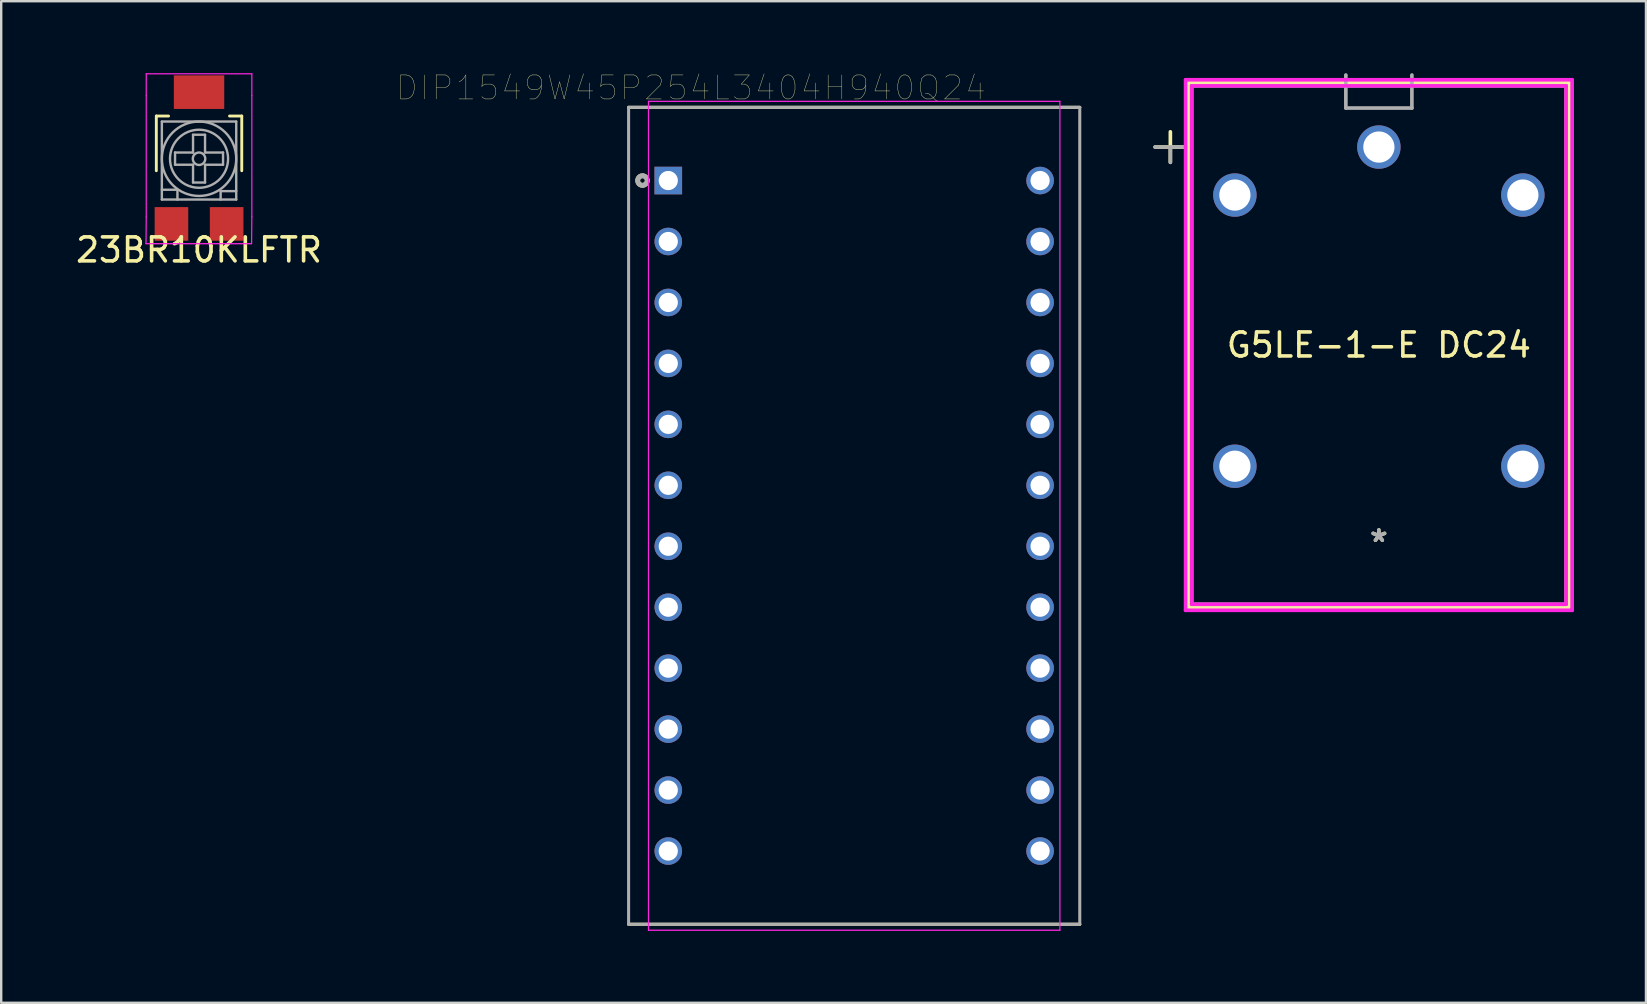
<source format=kicad_pcb>
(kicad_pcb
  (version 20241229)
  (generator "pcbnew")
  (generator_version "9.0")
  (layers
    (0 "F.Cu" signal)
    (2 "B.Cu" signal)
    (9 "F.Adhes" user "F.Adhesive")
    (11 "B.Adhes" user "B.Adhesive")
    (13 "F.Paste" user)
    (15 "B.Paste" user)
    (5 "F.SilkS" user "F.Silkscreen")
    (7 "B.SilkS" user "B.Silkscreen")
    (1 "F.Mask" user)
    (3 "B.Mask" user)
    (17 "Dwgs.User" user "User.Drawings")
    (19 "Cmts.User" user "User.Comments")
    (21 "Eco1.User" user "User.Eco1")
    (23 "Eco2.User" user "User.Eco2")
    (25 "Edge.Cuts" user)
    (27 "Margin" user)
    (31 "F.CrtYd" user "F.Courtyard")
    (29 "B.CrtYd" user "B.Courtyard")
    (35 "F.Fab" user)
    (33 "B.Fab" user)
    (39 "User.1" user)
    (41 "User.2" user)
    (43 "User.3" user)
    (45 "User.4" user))
  (footprint "DIP1549W45P254L3404H940Q24"
    (layer "F.Cu")
    (at 32.544 18.443)
    (property "Reference" "DIP1549W45P254L3404H940Q24" (at -6.8 -17.832 0) (layer "F.SilkS") (effects (font (size 1 1) (thickness 0.015))))
    (attr through_hole)
    (fp_line (start -9.4 -17.02) (end 9.4 -17.02) (stroke (width 0.127) (type solid)) (layer "F.SilkS"))
    (fp_line (start -9.4 17.02) (end 9.4 17.02) (stroke (width 0.127) (type solid)) (layer "F.SilkS"))
    (fp_circle (center -8.822 -13.97) (end -8.723 -13.97) (stroke (width 0.2) (type solid)) (fill no) (layer "F.SilkS"))
    (fp_line (start -8.572 -17.27) (end -8.572 17.27) (stroke (width 0.05) (type solid)) (layer "F.CrtYd"))
    (fp_line (start 8.572 -17.27) (end -8.572 -17.27) (stroke (width 0.05) (type solid)) (layer "F.CrtYd"))
    (fp_line (start 8.572 -17.27) (end 8.572 17.27) (stroke (width 0.05) (type solid)) (layer "F.CrtYd"))
    (fp_line (start 8.572 17.27) (end -8.572 17.27) (stroke (width 0.05) (type solid)) (layer "F.CrtYd"))
    (fp_line (start -9.4 -17.02) (end -9.4 17.02) (stroke (width 0.127) (type solid)) (layer "F.Fab"))
    (fp_line (start -9.4 -17.02) (end 9.4 -17.02) (stroke (width 0.127) (type solid)) (layer "F.Fab"))
    (fp_line (start -9.4 17.02) (end 9.4 17.02) (stroke (width 0.127) (type solid)) (layer "F.Fab"))
    (fp_line (start 9.4 -17.02) (end 9.4 17.02) (stroke (width 0.127) (type solid)) (layer "F.Fab"))
    (fp_circle (center -8.822 -13.97) (end -8.723 -13.97) (stroke (width 0.2) (type solid)) (fill no) (layer "F.Fab"))
    (pad "1" thru_hole rect (at -7.747 -13.97) (size 1.15 1.15) (drill 0.8) (layers "*.Cu" "*.Mask"))
    (pad "2" thru_hole circle (at -7.747 -11.43) (size 1.15 1.15) (drill 0.8) (layers "*.Cu" "*.Mask"))
    (pad "3" thru_hole circle (at -7.747 -8.89) (size 1.15 1.15) (drill 0.8) (layers "*.Cu" "*.Mask"))
    (pad "4" thru_hole circle (at -7.747 -6.35) (size 1.15 1.15) (drill 0.8) (layers "*.Cu" "*.Mask"))
    (pad "5" thru_hole circle (at -7.747 -3.81) (size 1.15 1.15) (drill 0.8) (layers "*.Cu" "*.Mask"))
    (pad "6" thru_hole circle (at -7.747 -1.27) (size 1.15 1.15) (drill 0.8) (layers "*.Cu" "*.Mask"))
    (pad "7" thru_hole circle (at -7.747 1.27) (size 1.15 1.15) (drill 0.8) (layers "*.Cu" "*.Mask"))
    (pad "8" thru_hole circle (at -7.747 3.81) (size 1.15 1.15) (drill 0.8) (layers "*.Cu" "*.Mask"))
    (pad "9" thru_hole circle (at -7.747 6.35) (size 1.15 1.15) (drill 0.8) (layers "*.Cu" "*.Mask"))
    (pad "10" thru_hole circle (at -7.747 8.89) (size 1.15 1.15) (drill 0.8) (layers "*.Cu" "*.Mask"))
    (pad "11" thru_hole circle (at -7.747 11.43) (size 1.15 1.15) (drill 0.8) (layers "*.Cu" "*.Mask"))
    (pad "12" thru_hole circle (at -7.747 13.97) (size 1.15 1.15) (drill 0.8) (layers "*.Cu" "*.Mask"))
    (pad "13" thru_hole circle (at 7.747 13.97) (size 1.15 1.15) (drill 0.8) (layers "*.Cu" "*.Mask"))
    (pad "14" thru_hole circle (at 7.747 11.43) (size 1.15 1.15) (drill 0.8) (layers "*.Cu" "*.Mask"))
    (pad "15" thru_hole circle (at 7.747 8.89) (size 1.15 1.15) (drill 0.8) (layers "*.Cu" "*.Mask"))
    (pad "16" thru_hole circle (at 7.747 6.35) (size 1.15 1.15) (drill 0.8) (layers "*.Cu" "*.Mask"))
    (pad "17" thru_hole circle (at 7.747 3.81) (size 1.15 1.15) (drill 0.8) (layers "*.Cu" "*.Mask"))
    (pad "18" thru_hole circle (at 7.747 1.27) (size 1.15 1.15) (drill 0.8) (layers "*.Cu" "*.Mask"))
    (pad "19" thru_hole circle (at 7.747 -1.27) (size 1.15 1.15) (drill 0.8) (layers "*.Cu" "*.Mask"))
    (pad "20" thru_hole circle (at 7.747 -3.81) (size 1.15 1.15) (drill 0.8) (layers "*.Cu" "*.Mask"))
    (pad "21" thru_hole circle (at 7.747 -6.35) (size 1.15 1.15) (drill 0.8) (layers "*.Cu" "*.Mask"))
    (pad "22" thru_hole circle (at 7.747 -8.89) (size 1.15 1.15) (drill 0.8) (layers "*.Cu" "*.Mask"))
    (pad "23" thru_hole circle (at 7.747 -11.43) (size 1.15 1.15) (drill 0.8) (layers "*.Cu" "*.Mask"))
    (pad "24" thru_hole circle (at 7.747 -13.97) (size 1.15 1.15) (drill 0.8) (layers "*.Cu" "*.Mask")))
  (footprint "23BR10KLFTR"
    (layer "F.Cu")
    (at 5.244 3.535)
    (property "Reference" "23BR10KLFTR" (at 0 3.83 0) (layer "F.SilkS") (effects (font (size 1 1) (thickness 0.15))))
    (attr smd)
    (fp_line (start -1.78 -1.75) (end -1.27 -1.75) (stroke (width 0.12) (type solid)) (layer "F.SilkS"))
    (fp_line (start -1.78 0.53) (end -1.78 -1.75) (stroke (width 0.12) (type solid)) (layer "F.SilkS"))
    (fp_line (start 1.27 -1.75) (end 1.78 -1.75) (stroke (width 0.12) (type solid)) (layer "F.SilkS"))
    (fp_line (start 1.78 -1.75) (end 1.78 0.53) (stroke (width 0.12) (type solid)) (layer "F.SilkS"))
    (fp_line (start -2.2 -3.51) (end 2.2 -3.51) (stroke (width 0.05) (type solid)) (layer "F.CrtYd"))
    (fp_line (start -2.2 -2.6) (end -2.2 -3.51) (stroke (width 0.05) (type solid)) (layer "F.CrtYd"))
    (fp_line (start -2.2 2.45) (end -2.21 3.57) (stroke (width 0.05) (type solid)) (layer "F.CrtYd"))
    (fp_line (start -2.2 2.45) (end -2.2 -2.6) (stroke (width 0.05) (type solid)) (layer "F.CrtYd"))
    (fp_line (start 2.19 3.57) (end -2.21 3.57) (stroke (width 0.05) (type solid)) (layer "F.CrtYd"))
    (fp_line (start 2.19 3.57) (end 2.2 2.45) (stroke (width 0.05) (type solid)) (layer "F.CrtYd"))
    (fp_line (start 2.2 -2.6) (end 2.2 -3.51) (stroke (width 0.05) (type solid)) (layer "F.CrtYd"))
    (fp_line (start 2.2 -2.6) (end 2.2 2.45) (stroke (width 0.05) (type solid)) (layer "F.CrtYd"))
    (fp_line (start -1.55 -1.52) (end 1.55 -1.52) (stroke (width 0.1) (type solid)) (layer "F.Fab"))
    (fp_line (start -1.55 1.32) (end -0.9 1.32) (stroke (width 0.1) (type solid)) (layer "F.Fab"))
    (fp_line (start -1.55 1.73) (end -1.55 -1.52) (stroke (width 0.1) (type solid)) (layer "F.Fab"))
    (fp_line (start -1 -0.23) (end -0.25 -0.23) (stroke (width 0.1) (type solid)) (layer "F.Fab"))
    (fp_line (start -1 0.28) (end -1 -0.23) (stroke (width 0.1) (type solid)) (layer "F.Fab"))
    (fp_line (start -0.9 1.32) (end -0.9 1.73) (stroke (width 0.1) (type solid)) (layer "F.Fab"))
    (fp_line (start -0.25 -0.97) (end 0.25 -0.97) (stroke (width 0.1) (type solid)) (layer "F.Fab"))
    (fp_line (start -0.25 -0.23) (end -0.25 -0.97) (stroke (width 0.1) (type solid)) (layer "F.Fab"))
    (fp_line (start -0.25 0.28) (end -1 0.28) (stroke (width 0.1) (type solid)) (layer "F.Fab"))
    (fp_line (start -0.25 1.02) (end -0.25 0.28) (stroke (width 0.1) (type solid)) (layer "F.Fab"))
    (fp_line (start 0.25 -0.97) (end 0.25 -0.23) (stroke (width 0.1) (type solid)) (layer "F.Fab"))
    (fp_line (start 0.25 -0.23) (end 1 -0.23) (stroke (width 0.1) (type solid)) (layer "F.Fab"))
    (fp_line (start 0.25 0.28) (end 0.25 1.02) (stroke (width 0.1) (type solid)) (layer "F.Fab"))
    (fp_line (start 0.25 1.02) (end -0.25 1.02) (stroke (width 0.1) (type solid)) (layer "F.Fab"))
    (fp_line (start 0.9 1.38) (end 0.9 1.73) (stroke (width 0.1) (type solid)) (layer "F.Fab"))
    (fp_line (start 1 -0.23) (end 1 0.28) (stroke (width 0.1) (type solid)) (layer "F.Fab"))
    (fp_line (start 1 0.28) (end 0.25 0.28) (stroke (width 0.1) (type solid)) (layer "F.Fab"))
    (fp_line (start 1.55 -1.52) (end 1.55 1.73) (stroke (width 0.1) (type solid)) (layer "F.Fab"))
    (fp_line (start 1.55 1.38) (end 0.9 1.38) (stroke (width 0.1) (type solid)) (layer "F.Fab"))
    (fp_line (start 1.55 1.73) (end -1.55 1.73) (stroke (width 0.1) (type solid)) (layer "F.Fab"))
    (fp_circle (center 0 0.03) (end 0 -1.52) (stroke (width 0.1) (type solid)) (fill no) (layer "F.Fab"))
    (fp_circle (center 0 0.03) (end 0 -1.18) (stroke (width 0.1) (type solid)) (fill no) (layer "F.Fab"))
    (fp_circle (center 0 0.03) (end 0 -0.23) (stroke (width 0.1) (type solid)) (fill no) (layer "F.Fab"))
    (pad "1" smd rect (at -1.15 2.745) (size 1.4 1.4) (layers "F.Cu" "F.Mask" "F.Paste"))
    (pad "2" smd rect (at 0 -2.745) (size 2.1 1.4) (layers "F.Cu" "F.Mask" "F.Paste"))
    (pad "3" smd rect (at 1.15 2.745) (size 1.4 1.4) (layers "F.Cu" "F.Mask" "F.Paste")))
  (footprint "G5LE-1-E DC24"
    (layer "F.Cu")
    (at 54.408 19.578)
    (property "Reference" "G5LE-1-E DC24" (at 0 -8.25 0) (layer "F.SilkS") (effects (font (size 1 1) (thickness 0.15))))
    (attr through_hole)
    (fp_line (start -9.324 -16.5) (end -8.054 -16.5) (stroke (width 0.152) (type solid)) (layer "F.SilkS"))
    (fp_line (start -8.689 -17.135) (end -8.689 -15.865) (stroke (width 0.152) (type solid)) (layer "F.SilkS"))
    (fp_line (start -7.927 -19.177) (end -7.927 2.677) (stroke (width 0.152) (type solid)) (layer "F.SilkS"))
    (fp_line (start 7.927 -19.177) (end -7.927 -19.177) (stroke (width 0.152) (type solid)) (layer "F.SilkS"))
    (fp_line (start 7.927 -19.177) (end 7.927 2.677) (stroke (width 0.152) (type solid)) (layer "F.SilkS"))
    (fp_line (start 7.927 2.677) (end -7.927 2.677) (stroke (width 0.152) (type solid)) (layer "F.SilkS"))
    (fp_line (start -8.054 -19.304) (end -8.054 2.804) (stroke (width 0.152) (type solid)) (layer "F.CrtYd"))
    (fp_line (start -8.054 2.804) (end 8.054 2.804) (stroke (width 0.152) (type solid)) (layer "F.CrtYd"))
    (fp_line (start -7.8 -19.05) (end 7.8 -19.05) (stroke (width 0.152) (type solid)) (layer "F.CrtYd"))
    (fp_line (start -7.8 2.55) (end -7.8 -19.05) (stroke (width 0.152) (type solid)) (layer "F.CrtYd"))
    (fp_line (start 7.8 -19.05) (end 7.8 2.55) (stroke (width 0.152) (type solid)) (layer "F.CrtYd"))
    (fp_line (start 7.8 2.55) (end -7.8 2.55) (stroke (width 0.152) (type solid)) (layer "F.CrtYd"))
    (fp_line (start 8.054 -19.304) (end -8.054 -19.304) (stroke (width 0.152) (type solid)) (layer "F.CrtYd"))
    (fp_line (start 8.054 2.804) (end 8.054 -19.304) (stroke (width 0.152) (type solid)) (layer "F.CrtYd"))
    (fp_line (start -9.324 -16.5) (end -8.054 -16.5) (stroke (width 0.152) (type solid)) (layer "F.Fab"))
    (fp_line (start -8.689 -16.5) (end -8.689 -15.865) (stroke (width 0.152) (type solid)) (layer "F.Fab"))
    (fp_line (start -7.8 -19.05) (end -7.8 2.55) (stroke (width 0.152) (type solid)) (layer "F.Fab"))
    (fp_line (start -1.376 -18.126) (end -1.376 -19.502) (stroke (width 0.152) (type solid)) (layer "F.Fab"))
    (fp_line (start 1.376 -19.502) (end 1.376 -18.126) (stroke (width 0.152) (type solid)) (layer "F.Fab"))
    (fp_line (start 1.376 -18.126) (end -1.376 -18.126) (stroke (width 0.152) (type solid)) (layer "F.Fab"))
    (fp_line (start 7.8 -19.05) (end -7.8 -19.05) (stroke (width 0.152) (type solid)) (layer "F.Fab"))
    (fp_line (start 7.8 -19.05) (end 7.8 2.55) (stroke (width 0.152) (type solid)) (layer "F.Fab"))
    (fp_line (start 7.8 2.55) (end -7.8 2.55) (stroke (width 0.152) (type solid)) (layer "F.Fab"))
    (fp_text user "*" (at 0 0 0) (layer "F.SilkS") (effects (font (size 1 1) (thickness 0.15))))
    (fp_text user "Copyright 2016 Accelerated Designs. All rights reserved." (at 0 0 0) (layer "Cmts.User") (effects (font (size 0.127 0.127) (thickness 0.002))))
    (fp_text user "*" (at 0 0 0) (layer "F.Fab") (effects (font (size 1 1) (thickness 0.15))))
    (pad "1" thru_hole circle (at 0 -16.5) (size 1.808 1.808) (drill 1.3) (layers "*.Cu" "*.Mask"))
    (pad "2" thru_hole circle (at -6 -14.5) (size 1.808 1.808) (drill 1.3) (layers "*.Cu" "*.Mask"))
    (pad "3" thru_hole circle (at -6 -3.2) (size 1.808 1.808) (drill 1.3) (layers "*.Cu" "*.Mask"))
    (pad "4" thru_hole circle (at 6 -3.2) (size 1.808 1.808) (drill 1.3) (layers "*.Cu" "*.Mask"))
    (pad "5" thru_hole circle (at 6 -14.5) (size 1.808 1.808) (drill 1.3) (layers "*.Cu" "*.Mask")))
  (gr_rect
    (start -3 -3)
    (end 65.538 38.738)
    (stroke (width 0.1) (type default))
    (fill no)
    (layer "Edge.Cuts")))
</source>
